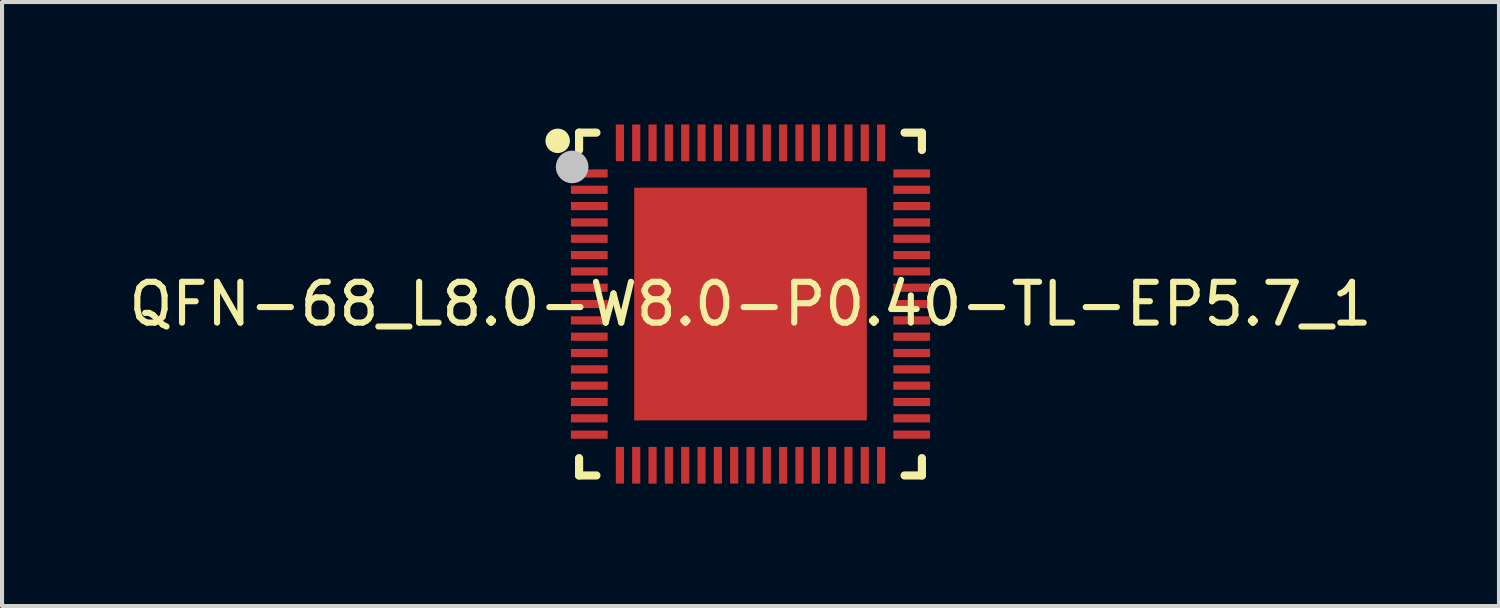
<source format=kicad_pcb>
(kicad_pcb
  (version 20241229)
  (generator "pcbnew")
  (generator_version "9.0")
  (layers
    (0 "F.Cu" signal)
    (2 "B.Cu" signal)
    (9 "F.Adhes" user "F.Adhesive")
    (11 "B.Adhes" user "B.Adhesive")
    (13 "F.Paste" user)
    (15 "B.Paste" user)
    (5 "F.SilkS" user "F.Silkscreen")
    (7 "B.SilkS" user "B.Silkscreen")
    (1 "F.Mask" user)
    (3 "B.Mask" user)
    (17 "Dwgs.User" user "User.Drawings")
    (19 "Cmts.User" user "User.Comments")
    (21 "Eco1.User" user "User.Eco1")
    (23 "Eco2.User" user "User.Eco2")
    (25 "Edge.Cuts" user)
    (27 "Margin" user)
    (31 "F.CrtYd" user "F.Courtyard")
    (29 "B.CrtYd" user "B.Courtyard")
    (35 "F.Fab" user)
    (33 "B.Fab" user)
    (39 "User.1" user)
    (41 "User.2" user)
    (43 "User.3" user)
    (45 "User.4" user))
  (footprint "QFN-68_L8.0-W8.0-P0.40-TL-EP5.7_1"
    (layer "F.Cu")
    (at 15.339 4.4)
    (property "Reference" "QFN-68_L8.0-W8.0-P0.40-TL-EP5.7_1" (at 0 0 0) (layer "F.SilkS") (effects (font (size 1 1) (thickness 0.15))))
    (fp_line (start -4.2 -4.2) (end -3.775 -4.2) (stroke (width 0.2) (type default)) (layer "F.SilkS"))
    (fp_line (start -4.2 -3.775) (end -4.2 -4.2) (stroke (width 0.2) (type default)) (layer "F.SilkS"))
    (fp_line (start -4.2 3.775) (end -4.2 4.2) (stroke (width 0.2) (type default)) (layer "F.SilkS"))
    (fp_line (start -4.2 4.2) (end -3.775 4.2) (stroke (width 0.2) (type default)) (layer "F.SilkS"))
    (fp_line (start 3.775 4.2) (end 4.2 4.2) (stroke (width 0.2) (type default)) (layer "F.SilkS"))
    (fp_line (start 4.2 -4.2) (end 3.775 -4.2) (stroke (width 0.2) (type default)) (layer "F.SilkS"))
    (fp_line (start 4.2 -3.775) (end 4.2 -4.2) (stroke (width 0.2) (type default)) (layer "F.SilkS"))
    (fp_line (start 4.2 4.2) (end 4.2 3.775) (stroke (width 0.2) (type default)) (layer "F.SilkS"))
    (fp_arc (start -4.5745 -3.998) (mid -4.874507 -3.99975) (end -4.5745 -4.0005) (stroke (width 0.3) (type default)) (layer "F.SilkS"))
    (fp_poly (pts (xy -3.5 -3.1) (xy -3.5 -3.3) (xy -4.4 -3.3) (xy -4.4 -3.1)) (stroke (width 0) (type default)) (fill yes) (layer "F.Paste"))
    (fp_poly (pts (xy -3.5 -2.7) (xy -3.5 -2.9) (xy -4.4 -2.9) (xy -4.4 -2.7)) (stroke (width 0) (type default)) (fill yes) (layer "F.Paste"))
    (fp_poly (pts (xy -3.5 -2.3) (xy -3.5 -2.5) (xy -4.4 -2.5) (xy -4.4 -2.3)) (stroke (width 0) (type default)) (fill yes) (layer "F.Paste"))
    (fp_poly (pts (xy -3.5 -1.9) (xy -3.5 -2.1) (xy -4.4 -2.1) (xy -4.4 -1.9)) (stroke (width 0) (type default)) (fill yes) (layer "F.Paste"))
    (fp_poly (pts (xy -3.5 -1.5) (xy -3.5 -1.7) (xy -4.4 -1.7) (xy -4.4 -1.5)) (stroke (width 0) (type default)) (fill yes) (layer "F.Paste"))
    (fp_poly (pts (xy -3.5 -1.1) (xy -3.5 -1.3) (xy -4.4 -1.3) (xy -4.4 -1.1)) (stroke (width 0) (type default)) (fill yes) (layer "F.Paste"))
    (fp_poly (pts (xy -3.5 -0.7) (xy -3.5 -0.9) (xy -4.4 -0.9) (xy -4.4 -0.7)) (stroke (width 0) (type default)) (fill yes) (layer "F.Paste"))
    (fp_poly (pts (xy -3.5 -0.3) (xy -3.5 -0.5) (xy -4.4 -0.5) (xy -4.4 -0.3)) (stroke (width 0) (type default)) (fill yes) (layer "F.Paste"))
    (fp_poly (pts (xy -3.5 0.1) (xy -3.5 -0.1) (xy -4.4 -0.1) (xy -4.4 0.1)) (stroke (width 0) (type default)) (fill yes) (layer "F.Paste"))
    (fp_poly (pts (xy -3.5 0.5) (xy -3.5 0.3) (xy -4.4 0.3) (xy -4.4 0.5)) (stroke (width 0) (type default)) (fill yes) (layer "F.Paste"))
    (fp_poly (pts (xy -3.5 0.9) (xy -3.5 0.7) (xy -4.4 0.7) (xy -4.4 0.9)) (stroke (width 0) (type default)) (fill yes) (layer "F.Paste"))
    (fp_poly (pts (xy -3.5 1.3) (xy -3.5 1.1) (xy -4.4 1.1) (xy -4.4 1.3)) (stroke (width 0) (type default)) (fill yes) (layer "F.Paste"))
    (fp_poly (pts (xy -3.5 1.7) (xy -3.5 1.5) (xy -4.4 1.5) (xy -4.4 1.7)) (stroke (width 0) (type default)) (fill yes) (layer "F.Paste"))
    (fp_poly (pts (xy -3.5 2.1) (xy -3.5 1.9) (xy -4.4 1.9) (xy -4.4 2.1)) (stroke (width 0) (type default)) (fill yes) (layer "F.Paste"))
    (fp_poly (pts (xy -3.5 2.5) (xy -3.5 2.3) (xy -4.4 2.3) (xy -4.4 2.5)) (stroke (width 0) (type default)) (fill yes) (layer "F.Paste"))
    (fp_poly (pts (xy -3.5 2.9) (xy -3.5 2.7) (xy -4.4 2.7) (xy -4.4 2.9)) (stroke (width 0) (type default)) (fill yes) (layer "F.Paste"))
    (fp_poly (pts (xy -3.5 3.3) (xy -3.5 3.1) (xy -4.4 3.1) (xy -4.4 3.3)) (stroke (width 0) (type default)) (fill yes) (layer "F.Paste"))
    (fp_poly (pts (xy -3.1 -4.4) (xy -3.3 -4.4) (xy -3.3 -3.5) (xy -3.1 -3.5)) (stroke (width 0) (type default)) (fill yes) (layer "F.Paste"))
    (fp_poly (pts (xy -3.1 3.5) (xy -3.3 3.5) (xy -3.3 4.4) (xy -3.1 4.4)) (stroke (width 0) (type default)) (fill yes) (layer "F.Paste"))
    (fp_poly (pts (xy -2.7 -4.4) (xy -2.9 -4.4) (xy -2.9 -3.5) (xy -2.7 -3.5)) (stroke (width 0) (type default)) (fill yes) (layer "F.Paste"))
    (fp_poly (pts (xy -2.7 3.5) (xy -2.9 3.5) (xy -2.9 4.4) (xy -2.7 4.4)) (stroke (width 0) (type default)) (fill yes) (layer "F.Paste"))
    (fp_poly (pts (xy -2.3 -4.4) (xy -2.5 -4.4) (xy -2.5 -3.5) (xy -2.3 -3.5)) (stroke (width 0) (type default)) (fill yes) (layer "F.Paste"))
    (fp_poly (pts (xy -2.3 3.5) (xy -2.5 3.5) (xy -2.5 4.4) (xy -2.3 4.4)) (stroke (width 0) (type default)) (fill yes) (layer "F.Paste"))
    (fp_poly (pts (xy -1.9 -4.4) (xy -2.1 -4.4) (xy -2.1 -3.5) (xy -1.9 -3.5)) (stroke (width 0) (type default)) (fill yes) (layer "F.Paste"))
    (fp_poly (pts (xy -1.9 3.5) (xy -2.1 3.5) (xy -2.1 4.4) (xy -1.9 4.4)) (stroke (width 0) (type default)) (fill yes) (layer "F.Paste"))
    (fp_poly (pts (xy -1.5 -4.4) (xy -1.7 -4.4) (xy -1.7 -3.5) (xy -1.5 -3.5)) (stroke (width 0) (type default)) (fill yes) (layer "F.Paste"))
    (fp_poly (pts (xy -1.5 3.5) (xy -1.7 3.5) (xy -1.7 4.4) (xy -1.5 4.4)) (stroke (width 0) (type default)) (fill yes) (layer "F.Paste"))
    (fp_poly (pts (xy -1.1 -4.4) (xy -1.3 -4.4) (xy -1.3 -3.5) (xy -1.1 -3.5)) (stroke (width 0) (type default)) (fill yes) (layer "F.Paste"))
    (fp_poly (pts (xy -1.1 3.5) (xy -1.3 3.5) (xy -1.3 4.4) (xy -1.1 4.4)) (stroke (width 0) (type default)) (fill yes) (layer "F.Paste"))
    (fp_poly (pts (xy -0.7 -4.4) (xy -0.9 -4.4) (xy -0.9 -3.5) (xy -0.7 -3.5)) (stroke (width 0) (type default)) (fill yes) (layer "F.Paste"))
    (fp_poly (pts (xy -0.7 3.5) (xy -0.9 3.5) (xy -0.9 4.4) (xy -0.7 4.4)) (stroke (width 0) (type default)) (fill yes) (layer "F.Paste"))
    (fp_poly (pts (xy -0.3 -4.4) (xy -0.5 -4.4) (xy -0.5 -3.5) (xy -0.3 -3.5)) (stroke (width 0) (type default)) (fill yes) (layer "F.Paste"))
    (fp_poly (pts (xy -0.3 3.5) (xy -0.5 3.5) (xy -0.5 4.4) (xy -0.3 4.4)) (stroke (width 0) (type default)) (fill yes) (layer "F.Paste"))
    (fp_poly (pts (xy 0.1 -4.4) (xy -0.1 -4.4) (xy -0.1 -3.5) (xy 0.1 -3.5)) (stroke (width 0) (type default)) (fill yes) (layer "F.Paste"))
    (fp_poly (pts (xy 0.1 3.5) (xy -0.1 3.5) (xy -0.1 4.4) (xy 0.1 4.4)) (stroke (width 0) (type default)) (fill yes) (layer "F.Paste"))
    (fp_poly (pts (xy 0.5 -4.4) (xy 0.3 -4.4) (xy 0.3 -3.5) (xy 0.5 -3.5)) (stroke (width 0) (type default)) (fill yes) (layer "F.Paste"))
    (fp_poly (pts (xy 0.5 3.5) (xy 0.3 3.5) (xy 0.3 4.4) (xy 0.5 4.4)) (stroke (width 0) (type default)) (fill yes) (layer "F.Paste"))
    (fp_poly (pts (xy 0.9 -4.4) (xy 0.7 -4.4) (xy 0.7 -3.5) (xy 0.9 -3.5)) (stroke (width 0) (type default)) (fill yes) (layer "F.Paste"))
    (fp_poly (pts (xy 0.9 3.5) (xy 0.7 3.5) (xy 0.7 4.4) (xy 0.9 4.4)) (stroke (width 0) (type default)) (fill yes) (layer "F.Paste"))
    (fp_poly (pts (xy 1.3 -4.4) (xy 1.1 -4.4) (xy 1.1 -3.5) (xy 1.3 -3.5)) (stroke (width 0) (type default)) (fill yes) (layer "F.Paste"))
    (fp_poly (pts (xy 1.3 3.5) (xy 1.1 3.5) (xy 1.1 4.4) (xy 1.3 4.4)) (stroke (width 0) (type default)) (fill yes) (layer "F.Paste"))
    (fp_poly (pts (xy 1.7 -4.4) (xy 1.5 -4.4) (xy 1.5 -3.5) (xy 1.7 -3.5)) (stroke (width 0) (type default)) (fill yes) (layer "F.Paste"))
    (fp_poly (pts (xy 1.7 3.5) (xy 1.5 3.5) (xy 1.5 4.4) (xy 1.7 4.4)) (stroke (width 0) (type default)) (fill yes) (layer "F.Paste"))
    (fp_poly (pts (xy 2.1 -4.4) (xy 1.9 -4.4) (xy 1.9 -3.5) (xy 2.1 -3.5)) (stroke (width 0) (type default)) (fill yes) (layer "F.Paste"))
    (fp_poly (pts (xy 2.1 3.5) (xy 1.9 3.5) (xy 1.9 4.4) (xy 2.1 4.4)) (stroke (width 0) (type default)) (fill yes) (layer "F.Paste"))
    (fp_poly (pts (xy 2.28 -2.28) (xy 2.28 2.28) (xy -2.28 2.28) (xy -2.28 -2.28)) (stroke (width 0) (type default)) (fill yes) (layer "F.Paste"))
    (fp_poly (pts (xy 2.5 -4.4) (xy 2.3 -4.4) (xy 2.3 -3.5) (xy 2.5 -3.5)) (stroke (width 0) (type default)) (fill yes) (layer "F.Paste"))
    (fp_poly (pts (xy 2.5 3.5) (xy 2.3 3.5) (xy 2.3 4.4) (xy 2.5 4.4)) (stroke (width 0) (type default)) (fill yes) (layer "F.Paste"))
    (fp_poly (pts (xy 2.9 -4.4) (xy 2.7 -4.4) (xy 2.7 -3.5) (xy 2.9 -3.5)) (stroke (width 0) (type default)) (fill yes) (layer "F.Paste"))
    (fp_poly (pts (xy 2.9 3.5) (xy 2.7 3.5) (xy 2.7 4.4) (xy 2.9 4.4)) (stroke (width 0) (type default)) (fill yes) (layer "F.Paste"))
    (fp_poly (pts (xy 3.3 -4.4) (xy 3.1 -4.4) (xy 3.1 -3.5) (xy 3.3 -3.5)) (stroke (width 0) (type default)) (fill yes) (layer "F.Paste"))
    (fp_poly (pts (xy 3.3 3.5) (xy 3.1 3.5) (xy 3.1 4.4) (xy 3.3 4.4)) (stroke (width 0) (type default)) (fill yes) (layer "F.Paste"))
    (fp_poly (pts (xy 4.4 -3.1) (xy 4.4 -3.3) (xy 3.5 -3.3) (xy 3.5 -3.1)) (stroke (width 0) (type default)) (fill yes) (layer "F.Paste"))
    (fp_poly (pts (xy 4.4 -2.7) (xy 4.4 -2.9) (xy 3.5 -2.9) (xy 3.5 -2.7)) (stroke (width 0) (type default)) (fill yes) (layer "F.Paste"))
    (fp_poly (pts (xy 4.4 -2.3) (xy 4.4 -2.5) (xy 3.5 -2.5) (xy 3.5 -2.3)) (stroke (width 0) (type default)) (fill yes) (layer "F.Paste"))
    (fp_poly (pts (xy 4.4 -1.9) (xy 4.4 -2.1) (xy 3.5 -2.1) (xy 3.5 -1.9)) (stroke (width 0) (type default)) (fill yes) (layer "F.Paste"))
    (fp_poly (pts (xy 4.4 -1.5) (xy 4.4 -1.7) (xy 3.5 -1.7) (xy 3.5 -1.5)) (stroke (width 0) (type default)) (fill yes) (layer "F.Paste"))
    (fp_poly (pts (xy 4.4 -1.1) (xy 4.4 -1.3) (xy 3.5 -1.3) (xy 3.5 -1.1)) (stroke (width 0) (type default)) (fill yes) (layer "F.Paste"))
    (fp_poly (pts (xy 4.4 -0.7) (xy 4.4 -0.9) (xy 3.5 -0.9) (xy 3.5 -0.7)) (stroke (width 0) (type default)) (fill yes) (layer "F.Paste"))
    (fp_poly (pts (xy 4.4 -0.3) (xy 4.4 -0.5) (xy 3.5 -0.5) (xy 3.5 -0.3)) (stroke (width 0) (type default)) (fill yes) (layer "F.Paste"))
    (fp_poly (pts (xy 4.4 0.1) (xy 4.4 -0.1) (xy 3.5 -0.1) (xy 3.5 0.1)) (stroke (width 0) (type default)) (fill yes) (layer "F.Paste"))
    (fp_poly (pts (xy 4.4 0.5) (xy 4.4 0.3) (xy 3.5 0.3) (xy 3.5 0.5)) (stroke (width 0) (type default)) (fill yes) (layer "F.Paste"))
    (fp_poly (pts (xy 4.4 0.9) (xy 4.4 0.7) (xy 3.5 0.7) (xy 3.5 0.9)) (stroke (width 0) (type default)) (fill yes) (layer "F.Paste"))
    (fp_poly (pts (xy 4.4 1.3) (xy 4.4 1.1) (xy 3.5 1.1) (xy 3.5 1.3)) (stroke (width 0) (type default)) (fill yes) (layer "F.Paste"))
    (fp_poly (pts (xy 4.4 1.7) (xy 4.4 1.5) (xy 3.5 1.5) (xy 3.5 1.7)) (stroke (width 0) (type default)) (fill yes) (layer "F.Paste"))
    (fp_poly (pts (xy 4.4 2.1) (xy 4.4 1.9) (xy 3.5 1.9) (xy 3.5 2.1)) (stroke (width 0) (type default)) (fill yes) (layer "F.Paste"))
    (fp_poly (pts (xy 4.4 2.5) (xy 4.4 2.3) (xy 3.5 2.3) (xy 3.5 2.5)) (stroke (width 0) (type default)) (fill yes) (layer "F.Paste"))
    (fp_poly (pts (xy 4.4 2.9) (xy 4.4 2.7) (xy 3.5 2.7) (xy 3.5 2.9)) (stroke (width 0) (type default)) (fill yes) (layer "F.Paste"))
    (fp_poly (pts (xy 4.4 3.3) (xy 4.4 3.1) (xy 3.5 3.1) (xy 3.5 3.3)) (stroke (width 0) (type default)) (fill yes) (layer "F.Paste"))
    (fp_circle (center -4.37 -3.36) (end -4.17 -3.36) (stroke (width 0.4) (type default)) (fill no) (layer "Dwgs.User"))
    (fp_poly (pts (xy -4 -3.1) (xy -4 -3.3) (xy -3.6 -3.3) (xy -3.6 -3.1)) (stroke (width 0.1) (type default)) (fill no) (layer "User.1"))
    (fp_poly (pts (xy -4 -2.7) (xy -4 -2.9) (xy -3.6 -2.9) (xy -3.6 -2.7)) (stroke (width 0.1) (type default)) (fill no) (layer "User.1"))
    (fp_poly (pts (xy -4 -2.3) (xy -4 -2.5) (xy -3.6 -2.5) (xy -3.6 -2.3)) (stroke (width 0.1) (type default)) (fill no) (layer "User.1"))
    (fp_poly (pts (xy -4 -1.9) (xy -4 -2.1) (xy -3.6 -2.1) (xy -3.6 -1.9)) (stroke (width 0.1) (type default)) (fill no) (layer "User.1"))
    (fp_poly (pts (xy -4 -1.5) (xy -4 -1.7) (xy -3.6 -1.7) (xy -3.6 -1.5)) (stroke (width 0.1) (type default)) (fill no) (layer "User.1"))
    (fp_poly (pts (xy -4 -1.1) (xy -4 -1.3) (xy -3.6 -1.3) (xy -3.6 -1.1)) (stroke (width 0.1) (type default)) (fill no) (layer "User.1"))
    (fp_poly (pts (xy -4 -0.7) (xy -4 -0.9) (xy -3.6 -0.9) (xy -3.6 -0.7)) (stroke (width 0.1) (type default)) (fill no) (layer "User.1"))
    (fp_poly (pts (xy -4 -0.3) (xy -4 -0.5) (xy -3.6 -0.5) (xy -3.6 -0.3)) (stroke (width 0.1) (type default)) (fill no) (layer "User.1"))
    (fp_poly (pts (xy -4 0.1) (xy -4 -0.1) (xy -3.6 -0.1) (xy -3.6 0.1)) (stroke (width 0.1) (type default)) (fill no) (layer "User.1"))
    (fp_poly (pts (xy -4 0.5) (xy -4 0.3) (xy -3.6 0.3) (xy -3.6 0.5)) (stroke (width 0.1) (type default)) (fill no) (layer "User.1"))
    (fp_poly (pts (xy -4 0.9) (xy -4 0.7) (xy -3.6 0.7) (xy -3.6 0.9)) (stroke (width 0.1) (type default)) (fill no) (layer "User.1"))
    (fp_poly (pts (xy -4 1.3) (xy -4 1.1) (xy -3.6 1.1) (xy -3.6 1.3)) (stroke (width 0.1) (type default)) (fill no) (layer "User.1"))
    (fp_poly (pts (xy -4 1.7) (xy -4 1.5) (xy -3.6 1.5) (xy -3.6 1.7)) (stroke (width 0.1) (type default)) (fill no) (layer "User.1"))
    (fp_poly (pts (xy -4 2.1) (xy -4 1.9) (xy -3.6 1.9) (xy -3.6 2.1)) (stroke (width 0.1) (type default)) (fill no) (layer "User.1"))
    (fp_poly (pts (xy -4 2.5) (xy -4 2.3) (xy -3.6 2.3) (xy -3.6 2.5)) (stroke (width 0.1) (type default)) (fill no) (layer "User.1"))
    (fp_poly (pts (xy -4 2.9) (xy -4 2.7) (xy -3.6 2.7) (xy -3.6 2.9)) (stroke (width 0.1) (type default)) (fill no) (layer "User.1"))
    (fp_poly (pts (xy -4 3.3) (xy -4 3.1) (xy -3.6 3.1) (xy -3.6 3.3)) (stroke (width 0.1) (type default)) (fill no) (layer "User.1"))
    (fp_poly (pts (xy -3.3 -3.6) (xy -3.3 -4) (xy -3.1 -4) (xy -3.1 -3.6)) (stroke (width 0.1) (type default)) (fill no) (layer "User.1"))
    (fp_poly (pts (xy -3.3 4) (xy -3.3 3.6) (xy -3.1 3.6) (xy -3.1 4)) (stroke (width 0.1) (type default)) (fill no) (layer "User.1"))
    (fp_poly (pts (xy -2.9 -3.6) (xy -2.9 -4) (xy -2.7 -4) (xy -2.7 -3.6)) (stroke (width 0.1) (type default)) (fill no) (layer "User.1"))
    (fp_poly (pts (xy -2.9 4) (xy -2.9 3.6) (xy -2.7 3.6) (xy -2.7 4)) (stroke (width 0.1) (type default)) (fill no) (layer "User.1"))
    (fp_poly (pts (xy -2.5 -3.6) (xy -2.5 -4) (xy -2.3 -4) (xy -2.3 -3.6)) (stroke (width 0.1) (type default)) (fill no) (layer "User.1"))
    (fp_poly (pts (xy -2.5 4) (xy -2.5 3.6) (xy -2.3 3.6) (xy -2.3 4)) (stroke (width 0.1) (type default)) (fill no) (layer "User.1"))
    (fp_poly (pts (xy -2.1 -3.6) (xy -2.1 -4) (xy -1.9 -4) (xy -1.9 -3.6)) (stroke (width 0.1) (type default)) (fill no) (layer "User.1"))
    (fp_poly (pts (xy -2.1 4) (xy -2.1 3.6) (xy -1.9 3.6) (xy -1.9 4)) (stroke (width 0.1) (type default)) (fill no) (layer "User.1"))
    (fp_poly (pts (xy -1.7 -3.6) (xy -1.7 -4) (xy -1.5 -4) (xy -1.5 -3.6)) (stroke (width 0.1) (type default)) (fill no) (layer "User.1"))
    (fp_poly (pts (xy -1.7 4) (xy -1.7 3.6) (xy -1.5 3.6) (xy -1.5 4)) (stroke (width 0.1) (type default)) (fill no) (layer "User.1"))
    (fp_poly (pts (xy -1.3 -3.6) (xy -1.3 -4) (xy -1.1 -4) (xy -1.1 -3.6)) (stroke (width 0.1) (type default)) (fill no) (layer "User.1"))
    (fp_poly (pts (xy -1.3 4) (xy -1.3 3.6) (xy -1.1 3.6) (xy -1.1 4)) (stroke (width 0.1) (type default)) (fill no) (layer "User.1"))
    (fp_poly (pts (xy -0.9 -3.6) (xy -0.9 -4) (xy -0.7 -4) (xy -0.7 -3.6)) (stroke (width 0.1) (type default)) (fill no) (layer "User.1"))
    (fp_poly (pts (xy -0.9 4) (xy -0.9 3.6) (xy -0.7 3.6) (xy -0.7 4)) (stroke (width 0.1) (type default)) (fill no) (layer "User.1"))
    (fp_poly (pts (xy -0.5 -3.6) (xy -0.5 -4) (xy -0.3 -4) (xy -0.3 -3.6)) (stroke (width 0.1) (type default)) (fill no) (layer "User.1"))
    (fp_poly (pts (xy -0.5 4) (xy -0.5 3.6) (xy -0.3 3.6) (xy -0.3 4)) (stroke (width 0.1) (type default)) (fill no) (layer "User.1"))
    (fp_poly (pts (xy -0.1 -3.6) (xy -0.1 -4) (xy 0.1 -4) (xy 0.1 -3.6)) (stroke (width 0.1) (type default)) (fill no) (layer "User.1"))
    (fp_poly (pts (xy -0.1 4) (xy -0.1 3.6) (xy 0.1 3.6) (xy 0.1 4)) (stroke (width 0.1) (type default)) (fill no) (layer "User.1"))
    (fp_poly (pts (xy 0.3 -3.6) (xy 0.3 -4) (xy 0.5 -4) (xy 0.5 -3.6)) (stroke (width 0.1) (type default)) (fill no) (layer "User.1"))
    (fp_poly (pts (xy 0.3 4) (xy 0.3 3.6) (xy 0.5 3.6) (xy 0.5 4)) (stroke (width 0.1) (type default)) (fill no) (layer "User.1"))
    (fp_poly (pts (xy 0.7 -3.6) (xy 0.7 -4) (xy 0.9 -4) (xy 0.9 -3.6)) (stroke (width 0.1) (type default)) (fill no) (layer "User.1"))
    (fp_poly (pts (xy 0.7 4) (xy 0.7 3.6) (xy 0.9 3.6) (xy 0.9 4)) (stroke (width 0.1) (type default)) (fill no) (layer "User.1"))
    (fp_poly (pts (xy 1.1 -3.6) (xy 1.1 -4) (xy 1.3 -4) (xy 1.3 -3.6)) (stroke (width 0.1) (type default)) (fill no) (layer "User.1"))
    (fp_poly (pts (xy 1.1 4) (xy 1.1 3.6) (xy 1.3 3.6) (xy 1.3 4)) (stroke (width 0.1) (type default)) (fill no) (layer "User.1"))
    (fp_poly (pts (xy 1.5 -3.6) (xy 1.5 -4) (xy 1.7 -4) (xy 1.7 -3.6)) (stroke (width 0.1) (type default)) (fill no) (layer "User.1"))
    (fp_poly (pts (xy 1.5 4) (xy 1.5 3.6) (xy 1.7 3.6) (xy 1.7 4)) (stroke (width 0.1) (type default)) (fill no) (layer "User.1"))
    (fp_poly (pts (xy 1.9 -3.6) (xy 1.9 -4) (xy 2.1 -4) (xy 2.1 -3.6)) (stroke (width 0.1) (type default)) (fill no) (layer "User.1"))
    (fp_poly (pts (xy 1.9 4) (xy 1.9 3.6) (xy 2.1 3.6) (xy 2.1 4)) (stroke (width 0.1) (type default)) (fill no) (layer "User.1"))
    (fp_poly (pts (xy 2.3 -3.6) (xy 2.3 -4) (xy 2.5 -4) (xy 2.5 -3.6)) (stroke (width 0.1) (type default)) (fill no) (layer "User.1"))
    (fp_poly (pts (xy 2.3 4) (xy 2.3 3.6) (xy 2.5 3.6) (xy 2.5 4)) (stroke (width 0.1) (type default)) (fill no) (layer "User.1"))
    (fp_poly (pts (xy 2.7 -3.6) (xy 2.7 -4) (xy 2.9 -4) (xy 2.9 -3.6)) (stroke (width 0.1) (type default)) (fill no) (layer "User.1"))
    (fp_poly (pts (xy 2.7 4) (xy 2.7 3.6) (xy 2.9 3.6) (xy 2.9 4)) (stroke (width 0.1) (type default)) (fill no) (layer "User.1"))
    (fp_poly (pts (xy 2.85 -2.85) (xy 2.85 2.85) (xy -2.85 2.85) (xy -2.85 -2.85)) (stroke (width 0.1) (type default)) (fill no) (layer "User.1"))
    (fp_poly (pts (xy 3.1 -3.6) (xy 3.1 -4) (xy 3.3 -4) (xy 3.3 -3.6)) (stroke (width 0.1) (type default)) (fill no) (layer "User.1"))
    (fp_poly (pts (xy 3.1 4) (xy 3.1 3.6) (xy 3.3 3.6) (xy 3.3 4)) (stroke (width 0.1) (type default)) (fill no) (layer "User.1"))
    (fp_poly (pts (xy 3.6 -3.1) (xy 3.6 -3.3) (xy 4 -3.3) (xy 4 -3.1)) (stroke (width 0.1) (type default)) (fill no) (layer "User.1"))
    (fp_poly (pts (xy 3.6 -2.7) (xy 3.6 -2.9) (xy 4 -2.9) (xy 4 -2.7)) (stroke (width 0.1) (type default)) (fill no) (layer "User.1"))
    (fp_poly (pts (xy 3.6 -2.3) (xy 3.6 -2.5) (xy 4 -2.5) (xy 4 -2.3)) (stroke (width 0.1) (type default)) (fill no) (layer "User.1"))
    (fp_poly (pts (xy 3.6 -1.9) (xy 3.6 -2.1) (xy 4 -2.1) (xy 4 -1.9)) (stroke (width 0.1) (type default)) (fill no) (layer "User.1"))
    (fp_poly (pts (xy 3.6 -1.5) (xy 3.6 -1.7) (xy 4 -1.7) (xy 4 -1.5)) (stroke (width 0.1) (type default)) (fill no) (layer "User.1"))
    (fp_poly (pts (xy 3.6 -1.1) (xy 3.6 -1.3) (xy 4 -1.3) (xy 4 -1.1)) (stroke (width 0.1) (type default)) (fill no) (layer "User.1"))
    (fp_poly (pts (xy 3.6 -0.7) (xy 3.6 -0.9) (xy 4 -0.9) (xy 4 -0.7)) (stroke (width 0.1) (type default)) (fill no) (layer "User.1"))
    (fp_poly (pts (xy 3.6 -0.3) (xy 3.6 -0.5) (xy 4 -0.5) (xy 4 -0.3)) (stroke (width 0.1) (type default)) (fill no) (layer "User.1"))
    (fp_poly (pts (xy 3.6 0.1) (xy 3.6 -0.1) (xy 4 -0.1) (xy 4 0.1)) (stroke (width 0.1) (type default)) (fill no) (layer "User.1"))
    (fp_poly (pts (xy 3.6 0.5) (xy 3.6 0.3) (xy 4 0.3) (xy 4 0.5)) (stroke (width 0.1) (type default)) (fill no) (layer "User.1"))
    (fp_poly (pts (xy 3.6 0.9) (xy 3.6 0.7) (xy 4 0.7) (xy 4 0.9)) (stroke (width 0.1) (type default)) (fill no) (layer "User.1"))
    (fp_poly (pts (xy 3.6 1.3) (xy 3.6 1.1) (xy 4 1.1) (xy 4 1.3)) (stroke (width 0.1) (type default)) (fill no) (layer "User.1"))
    (fp_poly (pts (xy 3.6 1.7) (xy 3.6 1.5) (xy 4 1.5) (xy 4 1.7)) (stroke (width 0.1) (type default)) (fill no) (layer "User.1"))
    (fp_poly (pts (xy 3.6 2.1) (xy 3.6 1.9) (xy 4 1.9) (xy 4 2.1)) (stroke (width 0.1) (type default)) (fill no) (layer "User.1"))
    (fp_poly (pts (xy 3.6 2.5) (xy 3.6 2.3) (xy 4 2.3) (xy 4 2.5)) (stroke (width 0.1) (type default)) (fill no) (layer "User.1"))
    (fp_poly (pts (xy 3.6 2.9) (xy 3.6 2.7) (xy 4 2.7) (xy 4 2.9)) (stroke (width 0.1) (type default)) (fill no) (layer "User.1"))
    (fp_poly (pts (xy 3.6 3.3) (xy 3.6 3.1) (xy 4 3.1) (xy 4 3.3)) (stroke (width 0.1) (type default)) (fill no) (layer "User.1"))
    (fp_line (start -4 -4) (end 4 -4) (stroke (width 0.051) (type default)) (layer "User.2"))
    (fp_line (start -4 4) (end -4 -4) (stroke (width 0.051) (type default)) (layer "User.2"))
    (fp_line (start 4 -4) (end 4 4) (stroke (width 0.051) (type default)) (layer "User.2"))
    (fp_line (start 4 4) (end -4 4) (stroke (width 0.051) (type default)) (layer "User.2"))
    (fp_poly (pts (xy -3.94 -4) (xy -3.958 -4.042) (xy -4 -4.06) (xy -4.042 -4.042) (xy -4.06 -4) (xy -4.042 -3.958) (xy -4 -3.94) (xy -3.958 -3.958)) (stroke (width 0.1) (type default)) (fill no) (layer "User.3"))
    (pad "1" smd rect (at -3.95 -3.2 270) (size 0.2 0.9) (layers "F.Cu" "F.Mask" "F.Paste"))
    (pad "2" smd rect (at -3.95 -2.8 270) (size 0.2 0.9) (layers "F.Cu" "F.Mask" "F.Paste"))
    (pad "3" smd rect (at -3.95 -2.4 270) (size 0.2 0.9) (layers "F.Cu" "F.Mask" "F.Paste"))
    (pad "4" smd rect (at -3.95 -2 270) (size 0.2 0.9) (layers "F.Cu" "F.Mask" "F.Paste"))
    (pad "5" smd rect (at -3.95 -1.6 270) (size 0.2 0.9) (layers "F.Cu" "F.Mask" "F.Paste"))
    (pad "6" smd rect (at -3.95 -1.2 270) (size 0.2 0.9) (layers "F.Cu" "F.Mask" "F.Paste"))
    (pad "7" smd rect (at -3.95 -0.8 270) (size 0.2 0.9) (layers "F.Cu" "F.Mask" "F.Paste"))
    (pad "8" smd rect (at -3.95 -0.4 270) (size 0.2 0.9) (layers "F.Cu" "F.Mask" "F.Paste"))
    (pad "9" smd rect (at -3.95 0 270) (size 0.2 0.9) (layers "F.Cu" "F.Mask" "F.Paste"))
    (pad "10" smd rect (at -3.95 0.4 270) (size 0.2 0.9) (layers "F.Cu" "F.Mask" "F.Paste"))
    (pad "11" smd rect (at -3.95 0.8 270) (size 0.2 0.9) (layers "F.Cu" "F.Mask" "F.Paste"))
    (pad "12" smd rect (at -3.95 1.2 270) (size 0.2 0.9) (layers "F.Cu" "F.Mask" "F.Paste"))
    (pad "13" smd rect (at -3.95 1.6 270) (size 0.2 0.9) (layers "F.Cu" "F.Mask" "F.Paste"))
    (pad "14" smd rect (at -3.95 2 270) (size 0.2 0.9) (layers "F.Cu" "F.Mask" "F.Paste"))
    (pad "15" smd rect (at -3.95 2.4 270) (size 0.2 0.9) (layers "F.Cu" "F.Mask" "F.Paste"))
    (pad "16" smd rect (at -3.95 2.8 270) (size 0.2 0.9) (layers "F.Cu" "F.Mask" "F.Paste"))
    (pad "17" smd rect (at -3.95 3.2 270) (size 0.2 0.9) (layers "F.Cu" "F.Mask" "F.Paste"))
    (pad "18" smd rect (at -3.2 3.95 270) (size 0.9 0.2) (layers "F.Cu" "F.Mask" "F.Paste"))
    (pad "19" smd rect (at -2.8 3.95 270) (size 0.9 0.2) (layers "F.Cu" "F.Mask" "F.Paste"))
    (pad "20" smd rect (at -2.4 3.95 270) (size 0.9 0.2) (layers "F.Cu" "F.Mask" "F.Paste"))
    (pad "21" smd rect (at -2 3.95 270) (size 0.9 0.2) (layers "F.Cu" "F.Mask" "F.Paste"))
    (pad "22" smd rect (at -1.6 3.95 270) (size 0.9 0.2) (layers "F.Cu" "F.Mask" "F.Paste"))
    (pad "23" smd rect (at -1.2 3.95 270) (size 0.9 0.2) (layers "F.Cu" "F.Mask" "F.Paste"))
    (pad "24" smd rect (at -0.8 3.95 270) (size 0.9 0.2) (layers "F.Cu" "F.Mask" "F.Paste"))
    (pad "25" smd rect (at -0.4 3.95 270) (size 0.9 0.2) (layers "F.Cu" "F.Mask" "F.Paste"))
    (pad "26" smd rect (at 0 3.95 270) (size 0.9 0.2) (layers "F.Cu" "F.Mask" "F.Paste"))
    (pad "27" smd rect (at 0.4 3.95 270) (size 0.9 0.2) (layers "F.Cu" "F.Mask" "F.Paste"))
    (pad "28" smd rect (at 0.8 3.95 270) (size 0.9 0.2) (layers "F.Cu" "F.Mask" "F.Paste"))
    (pad "29" smd rect (at 1.2 3.95 270) (size 0.9 0.2) (layers "F.Cu" "F.Mask" "F.Paste"))
    (pad "30" smd rect (at 1.6 3.95 270) (size 0.9 0.2) (layers "F.Cu" "F.Mask" "F.Paste"))
    (pad "31" smd rect (at 2 3.95 270) (size 0.9 0.2) (layers "F.Cu" "F.Mask" "F.Paste"))
    (pad "32" smd rect (at 2.4 3.95 270) (size 0.9 0.2) (layers "F.Cu" "F.Mask" "F.Paste"))
    (pad "33" smd rect (at 2.8 3.95 270) (size 0.9 0.2) (layers "F.Cu" "F.Mask" "F.Paste"))
    (pad "34" smd rect (at 3.2 3.95 270) (size 0.9 0.2) (layers "F.Cu" "F.Mask" "F.Paste"))
    (pad "35" smd rect (at 3.95 3.2 270) (size 0.2 0.9) (layers "F.Cu" "F.Mask" "F.Paste"))
    (pad "36" smd rect (at 3.95 2.8 270) (size 0.2 0.9) (layers "F.Cu" "F.Mask" "F.Paste"))
    (pad "37" smd rect (at 3.95 2.4 270) (size 0.2 0.9) (layers "F.Cu" "F.Mask" "F.Paste"))
    (pad "38" smd rect (at 3.95 2 270) (size 0.2 0.9) (layers "F.Cu" "F.Mask" "F.Paste"))
    (pad "39" smd rect (at 3.95 1.6 270) (size 0.2 0.9) (layers "F.Cu" "F.Mask" "F.Paste"))
    (pad "40" smd rect (at 3.95 1.2 270) (size 0.2 0.9) (layers "F.Cu" "F.Mask" "F.Paste"))
    (pad "41" smd rect (at 3.95 0.8 270) (size 0.2 0.9) (layers "F.Cu" "F.Mask" "F.Paste"))
    (pad "42" smd rect (at 3.95 0.4 270) (size 0.2 0.9) (layers "F.Cu" "F.Mask" "F.Paste"))
    (pad "43" smd rect (at 3.95 0 270) (size 0.2 0.9) (layers "F.Cu" "F.Mask" "F.Paste"))
    (pad "44" smd rect (at 3.95 -0.4 270) (size 0.2 0.9) (layers "F.Cu" "F.Mask" "F.Paste"))
    (pad "45" smd rect (at 3.95 -0.8 270) (size 0.2 0.9) (layers "F.Cu" "F.Mask" "F.Paste"))
    (pad "46" smd rect (at 3.95 -1.2 270) (size 0.2 0.9) (layers "F.Cu" "F.Mask" "F.Paste"))
    (pad "47" smd rect (at 3.95 -1.6 270) (size 0.2 0.9) (layers "F.Cu" "F.Mask" "F.Paste"))
    (pad "48" smd rect (at 3.95 -2 270) (size 0.2 0.9) (layers "F.Cu" "F.Mask" "F.Paste"))
    (pad "49" smd rect (at 3.95 -2.4 270) (size 0.2 0.9) (layers "F.Cu" "F.Mask" "F.Paste"))
    (pad "50" smd rect (at 3.95 -2.8 270) (size 0.2 0.9) (layers "F.Cu" "F.Mask" "F.Paste"))
    (pad "51" smd rect (at 3.95 -3.2 270) (size 0.2 0.9) (layers "F.Cu" "F.Mask" "F.Paste"))
    (pad "52" smd rect (at 3.2 -3.95 270) (size 0.9 0.2) (layers "F.Cu" "F.Mask" "F.Paste"))
    (pad "53" smd rect (at 2.8 -3.95 270) (size 0.9 0.2) (layers "F.Cu" "F.Mask" "F.Paste"))
    (pad "54" smd rect (at 2.4 -3.95 270) (size 0.9 0.2) (layers "F.Cu" "F.Mask" "F.Paste"))
    (pad "55" smd rect (at 2 -3.95 270) (size 0.9 0.2) (layers "F.Cu" "F.Mask" "F.Paste"))
    (pad "56" smd rect (at 1.6 -3.95 270) (size 0.9 0.2) (layers "F.Cu" "F.Mask" "F.Paste"))
    (pad "57" smd rect (at 1.2 -3.95 270) (size 0.9 0.2) (layers "F.Cu" "F.Mask" "F.Paste"))
    (pad "58" smd rect (at 0.8 -3.95 270) (size 0.9 0.2) (layers "F.Cu" "F.Mask" "F.Paste"))
    (pad "59" smd rect (at 0.4 -3.95 270) (size 0.9 0.2) (layers "F.Cu" "F.Mask" "F.Paste"))
    (pad "60" smd rect (at 0 -3.95 270) (size 0.9 0.2) (layers "F.Cu" "F.Mask" "F.Paste"))
    (pad "61" smd rect (at -0.4 -3.95 270) (size 0.9 0.2) (layers "F.Cu" "F.Mask" "F.Paste"))
    (pad "62" smd rect (at -0.8 -3.95 270) (size 0.9 0.2) (layers "F.Cu" "F.Mask" "F.Paste"))
    (pad "63" smd rect (at -1.2 -3.95 270) (size 0.9 0.2) (layers "F.Cu" "F.Mask" "F.Paste"))
    (pad "64" smd rect (at -1.6 -3.95 270) (size 0.9 0.2) (layers "F.Cu" "F.Mask" "F.Paste"))
    (pad "65" smd rect (at -2 -3.95 270) (size 0.9 0.2) (layers "F.Cu" "F.Mask" "F.Paste"))
    (pad "66" smd rect (at -2.4 -3.95 270) (size 0.9 0.2) (layers "F.Cu" "F.Mask" "F.Paste"))
    (pad "67" smd rect (at -2.8 -3.95 270) (size 0.9 0.2) (layers "F.Cu" "F.Mask" "F.Paste"))
    (pad "68" smd rect (at -3.2 -3.95 270) (size 0.9 0.2) (layers "F.Cu" "F.Mask" "F.Paste"))
    (pad "69" smd rect (at 0 0 270) (size 5.7 5.7) (layers "F.Cu" "F.Mask" "F.Paste")))
  (gr_rect
    (start -3 -3)
    (end 33.679 11.8)
    (stroke (width 0.1) (type default))
    (fill no)
    (layer "Edge.Cuts")))
</source>
